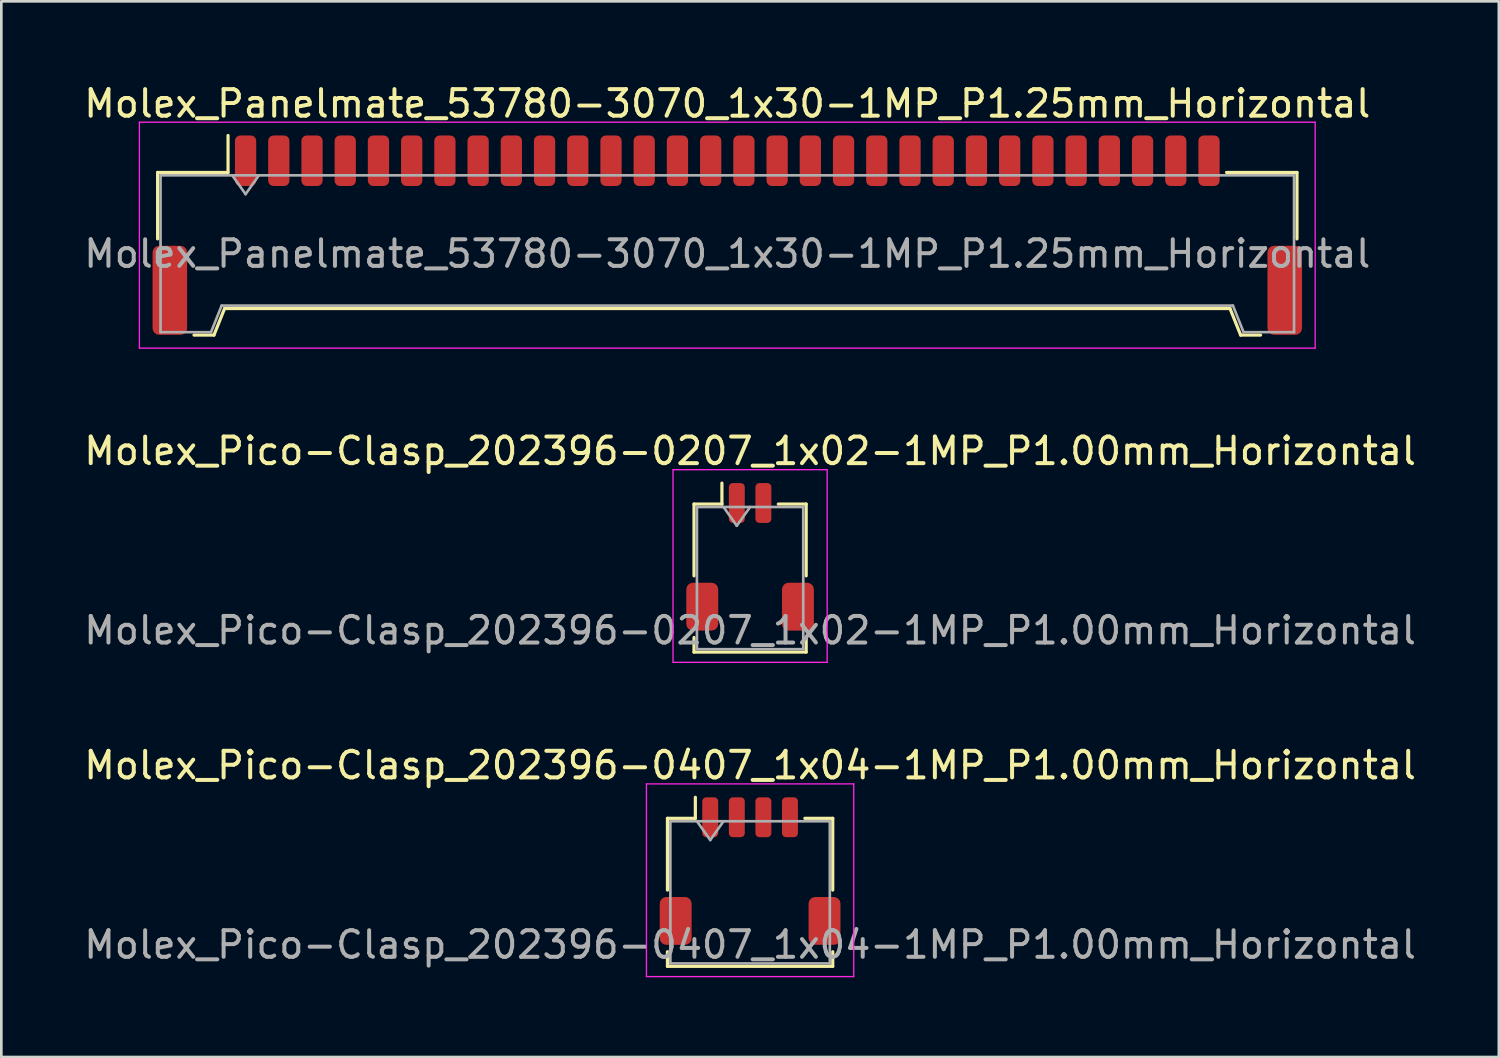
<source format=kicad_pcb>
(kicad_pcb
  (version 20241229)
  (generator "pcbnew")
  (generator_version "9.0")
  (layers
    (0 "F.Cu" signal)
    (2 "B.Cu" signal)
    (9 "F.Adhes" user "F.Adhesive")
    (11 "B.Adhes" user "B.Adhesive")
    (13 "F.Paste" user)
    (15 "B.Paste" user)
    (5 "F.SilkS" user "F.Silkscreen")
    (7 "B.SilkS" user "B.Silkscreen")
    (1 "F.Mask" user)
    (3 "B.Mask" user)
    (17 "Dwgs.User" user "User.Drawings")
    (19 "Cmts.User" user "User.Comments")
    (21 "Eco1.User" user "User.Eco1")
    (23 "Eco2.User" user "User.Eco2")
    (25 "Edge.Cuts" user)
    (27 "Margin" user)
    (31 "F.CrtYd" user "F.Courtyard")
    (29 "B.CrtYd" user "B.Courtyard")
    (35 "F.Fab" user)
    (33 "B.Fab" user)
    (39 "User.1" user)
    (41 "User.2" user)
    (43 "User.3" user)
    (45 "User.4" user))
  (footprint "Molex_Panelmate_53780-3070_1x30-1MP_P1.25mm_Horizontal"
    (layer "F.Cu")
    (at 24.315 5.798)
    (property "Reference" "Molex_Panelmate_53780-3070_1x30-1MP_P1.25mm_Horizontal" (at 0 -4.95 0) (layer "F.SilkS") (effects (font (size 1 1) (thickness 0.15))))
    (attr smd)
    (fp_line (start -21.435 -2.36) (end -18.785 -2.36) (stroke (width 0.12) (type solid)) (layer "F.SilkS"))
    (fp_line (start -21.435 0.14) (end -21.435 -2.36) (stroke (width 0.12) (type solid)) (layer "F.SilkS"))
    (fp_line (start -20.065 3.76) (end -19.315 3.76) (stroke (width 0.12) (type solid)) (layer "F.SilkS"))
    (fp_line (start -19.315 3.76) (end -18.915 2.76) (stroke (width 0.12) (type solid)) (layer "F.SilkS"))
    (fp_line (start -18.915 2.76) (end 18.915 2.76) (stroke (width 0.12) (type solid)) (layer "F.SilkS"))
    (fp_line (start -18.785 -2.36) (end -18.785 -3.75) (stroke (width 0.12) (type solid)) (layer "F.SilkS"))
    (fp_line (start 18.915 2.76) (end 19.315 3.76) (stroke (width 0.12) (type solid)) (layer "F.SilkS"))
    (fp_line (start 19.315 3.76) (end 20.065 3.76) (stroke (width 0.12) (type solid)) (layer "F.SilkS"))
    (fp_line (start 21.435 -2.36) (end 18.785 -2.36) (stroke (width 0.12) (type solid)) (layer "F.SilkS"))
    (fp_line (start 21.435 0.14) (end 21.435 -2.36) (stroke (width 0.12) (type solid)) (layer "F.SilkS"))
    (fp_line (start -22.12 -4.25) (end -22.12 4.25) (stroke (width 0.05) (type solid)) (layer "F.CrtYd"))
    (fp_line (start -22.12 4.25) (end 22.12 4.25) (stroke (width 0.05) (type solid)) (layer "F.CrtYd"))
    (fp_line (start 22.12 -4.25) (end -22.12 -4.25) (stroke (width 0.05) (type solid)) (layer "F.CrtYd"))
    (fp_line (start 22.12 4.25) (end 22.12 -4.25) (stroke (width 0.05) (type solid)) (layer "F.CrtYd"))
    (fp_line (start -21.325 -2.25) (end -21.325 3.65) (stroke (width 0.1) (type solid)) (layer "F.Fab"))
    (fp_line (start -21.325 -2.25) (end 21.325 -2.25) (stroke (width 0.1) (type solid)) (layer "F.Fab"))
    (fp_line (start -21.325 3.65) (end -19.425 3.65) (stroke (width 0.1) (type solid)) (layer "F.Fab"))
    (fp_line (start -19.425 3.65) (end -19.025 2.65) (stroke (width 0.1) (type solid)) (layer "F.Fab"))
    (fp_line (start -19.025 2.65) (end 19.025 2.65) (stroke (width 0.1) (type solid)) (layer "F.Fab"))
    (fp_line (start -18.625 -2.25) (end -18.125 -1.543) (stroke (width 0.1) (type solid)) (layer "F.Fab"))
    (fp_line (start -18.125 -1.543) (end -17.625 -2.25) (stroke (width 0.1) (type solid)) (layer "F.Fab"))
    (fp_line (start 19.025 2.65) (end 19.425 3.65) (stroke (width 0.1) (type solid)) (layer "F.Fab"))
    (fp_line (start 19.425 3.65) (end 21.325 3.65) (stroke (width 0.1) (type solid)) (layer "F.Fab"))
    (fp_line (start 21.325 -2.25) (end 21.325 3.65) (stroke (width 0.1) (type solid)) (layer "F.Fab"))
    (fp_text user "${REFERENCE}" (at 0 0.7 0) (layer "F.Fab") (effects (font (size 1 1) (thickness 0.15))))
    (pad "1" smd roundrect (at -18.125 -2.8) (size 0.8 1.9) (layers "F.Cu" "F.Mask" "F.Paste") (roundrect_rratio 0.25))
    (pad "2" smd roundrect (at -16.875 -2.8) (size 0.8 1.9) (layers "F.Cu" "F.Mask" "F.Paste") (roundrect_rratio 0.25))
    (pad "3" smd roundrect (at -15.625 -2.8) (size 0.8 1.9) (layers "F.Cu" "F.Mask" "F.Paste") (roundrect_rratio 0.25))
    (pad "4" smd roundrect (at -14.375 -2.8) (size 0.8 1.9) (layers "F.Cu" "F.Mask" "F.Paste") (roundrect_rratio 0.25))
    (pad "5" smd roundrect (at -13.125 -2.8) (size 0.8 1.9) (layers "F.Cu" "F.Mask" "F.Paste") (roundrect_rratio 0.25))
    (pad "6" smd roundrect (at -11.875 -2.8) (size 0.8 1.9) (layers "F.Cu" "F.Mask" "F.Paste") (roundrect_rratio 0.25))
    (pad "7" smd roundrect (at -10.625 -2.8) (size 0.8 1.9) (layers "F.Cu" "F.Mask" "F.Paste") (roundrect_rratio 0.25))
    (pad "8" smd roundrect (at -9.375 -2.8) (size 0.8 1.9) (layers "F.Cu" "F.Mask" "F.Paste") (roundrect_rratio 0.25))
    (pad "9" smd roundrect (at -8.125 -2.8) (size 0.8 1.9) (layers "F.Cu" "F.Mask" "F.Paste") (roundrect_rratio 0.25))
    (pad "10" smd roundrect (at -6.875 -2.8) (size 0.8 1.9) (layers "F.Cu" "F.Mask" "F.Paste") (roundrect_rratio 0.25))
    (pad "11" smd roundrect (at -5.625 -2.8) (size 0.8 1.9) (layers "F.Cu" "F.Mask" "F.Paste") (roundrect_rratio 0.25))
    (pad "12" smd roundrect (at -4.375 -2.8) (size 0.8 1.9) (layers "F.Cu" "F.Mask" "F.Paste") (roundrect_rratio 0.25))
    (pad "13" smd roundrect (at -3.125 -2.8) (size 0.8 1.9) (layers "F.Cu" "F.Mask" "F.Paste") (roundrect_rratio 0.25))
    (pad "14" smd roundrect (at -1.875 -2.8) (size 0.8 1.9) (layers "F.Cu" "F.Mask" "F.Paste") (roundrect_rratio 0.25))
    (pad "15" smd roundrect (at -0.625 -2.8) (size 0.8 1.9) (layers "F.Cu" "F.Mask" "F.Paste") (roundrect_rratio 0.25))
    (pad "16" smd roundrect (at 0.625 -2.8) (size 0.8 1.9) (layers "F.Cu" "F.Mask" "F.Paste") (roundrect_rratio 0.25))
    (pad "17" smd roundrect (at 1.875 -2.8) (size 0.8 1.9) (layers "F.Cu" "F.Mask" "F.Paste") (roundrect_rratio 0.25))
    (pad "18" smd roundrect (at 3.125 -2.8) (size 0.8 1.9) (layers "F.Cu" "F.Mask" "F.Paste") (roundrect_rratio 0.25))
    (pad "19" smd roundrect (at 4.375 -2.8) (size 0.8 1.9) (layers "F.Cu" "F.Mask" "F.Paste") (roundrect_rratio 0.25))
    (pad "20" smd roundrect (at 5.625 -2.8) (size 0.8 1.9) (layers "F.Cu" "F.Mask" "F.Paste") (roundrect_rratio 0.25))
    (pad "21" smd roundrect (at 6.875 -2.8) (size 0.8 1.9) (layers "F.Cu" "F.Mask" "F.Paste") (roundrect_rratio 0.25))
    (pad "22" smd roundrect (at 8.125 -2.8) (size 0.8 1.9) (layers "F.Cu" "F.Mask" "F.Paste") (roundrect_rratio 0.25))
    (pad "23" smd roundrect (at 9.375 -2.8) (size 0.8 1.9) (layers "F.Cu" "F.Mask" "F.Paste") (roundrect_rratio 0.25))
    (pad "24" smd roundrect (at 10.625 -2.8) (size 0.8 1.9) (layers "F.Cu" "F.Mask" "F.Paste") (roundrect_rratio 0.25))
    (pad "25" smd roundrect (at 11.875 -2.8) (size 0.8 1.9) (layers "F.Cu" "F.Mask" "F.Paste") (roundrect_rratio 0.25))
    (pad "26" smd roundrect (at 13.125 -2.8) (size 0.8 1.9) (layers "F.Cu" "F.Mask" "F.Paste") (roundrect_rratio 0.25))
    (pad "27" smd roundrect (at 14.375 -2.8) (size 0.8 1.9) (layers "F.Cu" "F.Mask" "F.Paste") (roundrect_rratio 0.25))
    (pad "28" smd roundrect (at 15.625 -2.8) (size 0.8 1.9) (layers "F.Cu" "F.Mask" "F.Paste") (roundrect_rratio 0.25))
    (pad "29" smd roundrect (at 16.875 -2.8) (size 0.8 1.9) (layers "F.Cu" "F.Mask" "F.Paste") (roundrect_rratio 0.25))
    (pad "30" smd roundrect (at 18.125 -2.8) (size 0.8 1.9) (layers "F.Cu" "F.Mask" "F.Paste") (roundrect_rratio 0.25))
    (pad "MP" smd roundrect (at -20.975 2.075) (size 1.3 3.35) (layers "F.Cu" "F.Mask" "F.Paste") (roundrect_rratio 0.192))
    (pad "MP" smd roundrect (at 20.975 2.075) (size 1.3 3.35) (layers "F.Cu" "F.Mask" "F.Paste") (roundrect_rratio 0.192)))
  (footprint "Molex_Pico-Clasp_202396-0207_1x02-1MP_P1.00mm_Horizontal"
    (layer "F.Cu")
    (at 25.173 17.901)
    (property "Reference" "Molex_Pico-Clasp_202396-0207_1x02-1MP_P1.00mm_Horizontal" (at 0 -3.98 0) (layer "F.SilkS") (effects (font (size 1 1) (thickness 0.15))))
    (attr smd)
    (fp_line (start -2.11 -1.985) (end -1.06 -1.985) (stroke (width 0.12) (type solid)) (layer "F.SilkS"))
    (fp_line (start -2.11 0.715) (end -2.11 -1.985) (stroke (width 0.12) (type solid)) (layer "F.SilkS"))
    (fp_line (start -2.11 3.035) (end -2.11 3.585) (stroke (width 0.12) (type solid)) (layer "F.SilkS"))
    (fp_line (start -2.11 3.585) (end 2.11 3.585) (stroke (width 0.12) (type solid)) (layer "F.SilkS"))
    (fp_line (start -1.06 -1.985) (end -1.06 -2.775) (stroke (width 0.12) (type solid)) (layer "F.SilkS"))
    (fp_line (start 2.11 -1.985) (end 1.06 -1.985) (stroke (width 0.12) (type solid)) (layer "F.SilkS"))
    (fp_line (start 2.11 0.715) (end 2.11 -1.985) (stroke (width 0.12) (type solid)) (layer "F.SilkS"))
    (fp_line (start 2.11 3.585) (end 2.11 3.035) (stroke (width 0.12) (type solid)) (layer "F.SilkS"))
    (fp_line (start -2.9 -3.28) (end -2.9 3.97) (stroke (width 0.05) (type solid)) (layer "F.CrtYd"))
    (fp_line (start -2.9 3.97) (end 2.9 3.97) (stroke (width 0.05) (type solid)) (layer "F.CrtYd"))
    (fp_line (start 2.9 -3.28) (end -2.9 -3.28) (stroke (width 0.05) (type solid)) (layer "F.CrtYd"))
    (fp_line (start 2.9 3.97) (end 2.9 -3.28) (stroke (width 0.05) (type solid)) (layer "F.CrtYd"))
    (fp_line (start -2 -1.875) (end -2 3.475) (stroke (width 0.1) (type solid)) (layer "F.Fab"))
    (fp_line (start -2 -1.875) (end 2 -1.875) (stroke (width 0.1) (type solid)) (layer "F.Fab"))
    (fp_line (start -2 3.475) (end 2 3.475) (stroke (width 0.1) (type solid)) (layer "F.Fab"))
    (fp_line (start -1 -1.875) (end -0.5 -1.168) (stroke (width 0.1) (type solid)) (layer "F.Fab"))
    (fp_line (start -0.5 -1.168) (end 0 -1.875) (stroke (width 0.1) (type solid)) (layer "F.Fab"))
    (fp_line (start 2 -1.875) (end 2 3.475) (stroke (width 0.1) (type solid)) (layer "F.Fab"))
    (fp_text user "${REFERENCE}" (at 0 2.77 0) (layer "F.Fab") (effects (font (size 1 1) (thickness 0.15))))
    (pad "1" smd roundrect (at -0.5 -2.025) (size 0.6 1.5) (layers "F.Cu" "F.Mask" "F.Paste") (roundrect_rratio 0.25))
    (pad "2" smd roundrect (at 0.5 -2.025) (size 0.6 1.5) (layers "F.Cu" "F.Mask" "F.Paste") (roundrect_rratio 0.25))
    (pad "MP" smd roundrect (at -1.8 1.875) (size 1.2 1.8) (layers "F.Cu" "F.Mask" "F.Paste") (roundrect_rratio 0.208))
    (pad "MP" smd roundrect (at 1.8 1.875) (size 1.2 1.8) (layers "F.Cu" "F.Mask" "F.Paste") (roundrect_rratio 0.208)))
  (footprint "Molex_Pico-Clasp_202396-0407_1x04-1MP_P1.00mm_Horizontal"
    (layer "F.Cu")
    (at 25.173 29.725)
    (property "Reference" "Molex_Pico-Clasp_202396-0407_1x04-1MP_P1.00mm_Horizontal" (at 0 -3.98 0) (layer "F.SilkS") (effects (font (size 1 1) (thickness 0.15))))
    (attr smd)
    (fp_line (start -3.11 -1.985) (end -2.06 -1.985) (stroke (width 0.12) (type solid)) (layer "F.SilkS"))
    (fp_line (start -3.11 0.715) (end -3.11 -1.985) (stroke (width 0.12) (type solid)) (layer "F.SilkS"))
    (fp_line (start -3.11 3.035) (end -3.11 3.585) (stroke (width 0.12) (type solid)) (layer "F.SilkS"))
    (fp_line (start -3.11 3.585) (end 3.11 3.585) (stroke (width 0.12) (type solid)) (layer "F.SilkS"))
    (fp_line (start -2.06 -1.985) (end -2.06 -2.775) (stroke (width 0.12) (type solid)) (layer "F.SilkS"))
    (fp_line (start 3.11 -1.985) (end 2.06 -1.985) (stroke (width 0.12) (type solid)) (layer "F.SilkS"))
    (fp_line (start 3.11 0.715) (end 3.11 -1.985) (stroke (width 0.12) (type solid)) (layer "F.SilkS"))
    (fp_line (start 3.11 3.585) (end 3.11 3.035) (stroke (width 0.12) (type solid)) (layer "F.SilkS"))
    (fp_line (start -3.9 -3.28) (end -3.9 3.97) (stroke (width 0.05) (type solid)) (layer "F.CrtYd"))
    (fp_line (start -3.9 3.97) (end 3.9 3.97) (stroke (width 0.05) (type solid)) (layer "F.CrtYd"))
    (fp_line (start 3.9 -3.28) (end -3.9 -3.28) (stroke (width 0.05) (type solid)) (layer "F.CrtYd"))
    (fp_line (start 3.9 3.97) (end 3.9 -3.28) (stroke (width 0.05) (type solid)) (layer "F.CrtYd"))
    (fp_line (start -3 -1.875) (end -3 3.475) (stroke (width 0.1) (type solid)) (layer "F.Fab"))
    (fp_line (start -3 -1.875) (end 3 -1.875) (stroke (width 0.1) (type solid)) (layer "F.Fab"))
    (fp_line (start -3 3.475) (end 3 3.475) (stroke (width 0.1) (type solid)) (layer "F.Fab"))
    (fp_line (start -2 -1.875) (end -1.5 -1.168) (stroke (width 0.1) (type solid)) (layer "F.Fab"))
    (fp_line (start -1.5 -1.168) (end -1 -1.875) (stroke (width 0.1) (type solid)) (layer "F.Fab"))
    (fp_line (start 3 -1.875) (end 3 3.475) (stroke (width 0.1) (type solid)) (layer "F.Fab"))
    (fp_text user "${REFERENCE}" (at 0 2.77 0) (layer "F.Fab") (effects (font (size 1 1) (thickness 0.15))))
    (pad "1" smd roundrect (at -1.5 -2.025) (size 0.6 1.5) (layers "F.Cu" "F.Mask" "F.Paste") (roundrect_rratio 0.25))
    (pad "2" smd roundrect (at -0.5 -2.025) (size 0.6 1.5) (layers "F.Cu" "F.Mask" "F.Paste") (roundrect_rratio 0.25))
    (pad "3" smd roundrect (at 0.5 -2.025) (size 0.6 1.5) (layers "F.Cu" "F.Mask" "F.Paste") (roundrect_rratio 0.25))
    (pad "4" smd roundrect (at 1.5 -2.025) (size 0.6 1.5) (layers "F.Cu" "F.Mask" "F.Paste") (roundrect_rratio 0.25))
    (pad "MP" smd roundrect (at -2.8 1.875) (size 1.2 1.8) (layers "F.Cu" "F.Mask" "F.Paste") (roundrect_rratio 0.208))
    (pad "MP" smd roundrect (at 2.8 1.875) (size 1.2 1.8) (layers "F.Cu" "F.Mask" "F.Paste") (roundrect_rratio 0.208)))
  (gr_rect
    (start -3 -3)
    (end 53.345 36.72)
    (stroke (width 0.1) (type default))
    (fill no)
    (layer "Edge.Cuts")))
</source>
